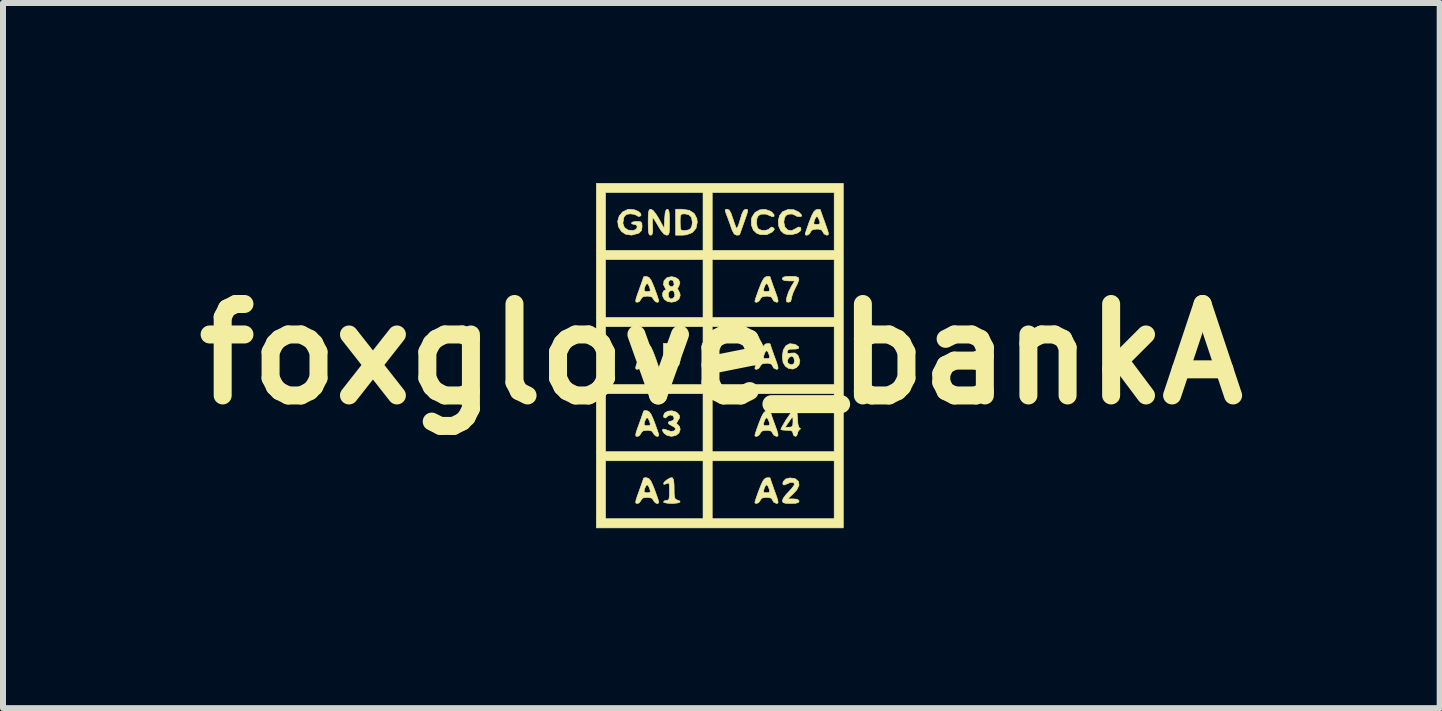
<source format=kicad_pcb>
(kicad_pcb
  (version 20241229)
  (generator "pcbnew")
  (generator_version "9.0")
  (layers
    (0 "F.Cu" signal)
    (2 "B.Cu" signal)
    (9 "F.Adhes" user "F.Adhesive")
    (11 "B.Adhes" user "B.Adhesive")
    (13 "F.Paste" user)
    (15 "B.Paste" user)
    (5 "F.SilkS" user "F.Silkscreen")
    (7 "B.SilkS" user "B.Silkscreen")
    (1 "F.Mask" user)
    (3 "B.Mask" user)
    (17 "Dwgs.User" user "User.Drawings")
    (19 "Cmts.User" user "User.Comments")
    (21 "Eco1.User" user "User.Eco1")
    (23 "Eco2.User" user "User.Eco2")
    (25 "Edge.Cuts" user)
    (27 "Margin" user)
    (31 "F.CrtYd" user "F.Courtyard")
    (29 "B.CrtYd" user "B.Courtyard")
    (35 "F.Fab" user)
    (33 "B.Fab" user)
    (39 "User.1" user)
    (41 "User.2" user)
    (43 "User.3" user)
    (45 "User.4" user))
  (footprint "foxglove_bankA"
    (layer "F.Cu")
    (at 8.97 2.85)
    (property "Reference" "foxglove_bankA" (at 0 0 0) (layer "F.SilkS") (effects (font (size 1.524 1.524) (thickness 0.3))))
    (attr through_hole)
    (fp_poly (pts (xy 1.239 -1.292) (xy 1.283 -1.276) (xy 1.292 -1.239) (xy 1.268 -1.173) (xy 1.232 -1.102) (xy 1.195 -1.023) (xy 1.172 -0.951) (xy 1.168 -0.923) (xy 1.154 -0.875) (xy 1.12 -0.864) (xy 1.089 -0.87) (xy 1.083 -0.9) (xy 1.092 -0.951) (xy 1.119 -1.032) (xy 1.161 -1.117) (xy 1.167 -1.129) (xy 1.223 -1.219) (xy 1.12 -1.219) (xy 1.048 -1.225) (xy 1.018 -1.245) (xy 1.016 -1.257) (xy 1.029 -1.28) (xy 1.073 -1.292) (xy 1.156 -1.295) (xy 1.239 -1.292)) (stroke (width 0.01) (type solid)) (fill yes) (layer "F.SilkS"))
    (fp_poly (pts (xy -0.533 -2.395) (xy -0.452 -2.342) (xy -0.408 -2.258) (xy -0.401 -2.197) (xy -0.422 -2.096) (xy -0.483 -2.025) (xy -0.58 -1.987) (xy -0.649 -1.981) (xy -0.762 -1.981) (xy -0.762 -2.197) (xy -0.686 -2.197) (xy -0.684 -2.117) (xy -0.676 -2.076) (xy -0.654 -2.06) (xy -0.615 -2.057) (xy -0.551 -2.068) (xy -0.513 -2.088) (xy -0.491 -2.134) (xy -0.483 -2.197) (xy -0.498 -2.28) (xy -0.546 -2.325) (xy -0.615 -2.337) (xy -0.655 -2.334) (xy -0.677 -2.317) (xy -0.685 -2.274) (xy -0.686 -2.197) (xy -0.762 -2.197) (xy -0.762 -2.413) (xy -0.649 -2.413) (xy -0.533 -2.395)) (stroke (width 0.01) (type solid)) (fill yes) (layer "F.SilkS"))
    (fp_poly (pts (xy 0.819 -2.38) (xy 0.842 -2.364) (xy 0.879 -2.321) (xy 0.877 -2.292) (xy 0.843 -2.291) (xy 0.812 -2.306) (xy 0.737 -2.333) (xy 0.662 -2.331) (xy 0.615 -2.306) (xy 0.591 -2.254) (xy 0.586 -2.181) (xy 0.599 -2.113) (xy 0.615 -2.088) (xy 0.666 -2.063) (xy 0.732 -2.06) (xy 0.788 -2.077) (xy 0.806 -2.094) (xy 0.836 -2.117) (xy 0.864 -2.107) (xy 0.884 -2.084) (xy 0.869 -2.056) (xy 0.842 -2.031) (xy 0.754 -1.989) (xy 0.652 -1.991) (xy 0.591 -2.012) (xy 0.533 -2.066) (xy 0.501 -2.149) (xy 0.501 -2.244) (xy 0.511 -2.283) (xy 0.561 -2.359) (xy 0.639 -2.403) (xy 0.73 -2.412) (xy 0.819 -2.38)) (stroke (width 0.01) (type solid)) (fill yes) (layer "F.SilkS"))
    (fp_poly (pts (xy 1.215 2.072) (xy 1.234 2.079) (xy 1.286 2.124) (xy 1.294 2.186) (xy 1.258 2.261) (xy 1.2 2.325) (xy 1.105 2.413) (xy 1.2 2.413) (xy 1.268 2.42) (xy 1.295 2.444) (xy 1.295 2.451) (xy 1.283 2.474) (xy 1.239 2.486) (xy 1.156 2.489) (xy 1.074 2.487) (xy 1.032 2.476) (xy 1.017 2.455) (xy 1.016 2.444) (xy 1.033 2.401) (xy 1.078 2.341) (xy 1.118 2.299) (xy 1.174 2.238) (xy 1.211 2.188) (xy 1.219 2.167) (xy 1.2 2.138) (xy 1.153 2.138) (xy 1.093 2.164) (xy 1.043 2.183) (xy 1.023 2.163) (xy 1.031 2.124) (xy 1.071 2.082) (xy 1.139 2.064) (xy 1.215 2.072)) (stroke (width 0.01) (type solid)) (fill yes) (layer "F.SilkS"))
    (fp_poly (pts (xy -0.796 2.097) (xy -0.788 2.175) (xy -0.787 2.238) (xy -0.786 2.333) (xy -0.779 2.389) (xy -0.764 2.418) (xy -0.737 2.431) (xy -0.737 2.431) (xy -0.69 2.45) (xy -0.69 2.468) (xy -0.731 2.482) (xy -0.808 2.489) (xy -0.826 2.489) (xy -0.902 2.485) (xy -0.953 2.474) (xy -0.965 2.464) (xy -0.944 2.443) (xy -0.914 2.438) (xy -0.886 2.433) (xy -0.871 2.409) (xy -0.865 2.354) (xy -0.864 2.285) (xy -0.865 2.201) (xy -0.871 2.158) (xy -0.885 2.147) (xy -0.913 2.158) (xy -0.914 2.159) (xy -0.955 2.172) (xy -0.964 2.157) (xy -0.942 2.124) (xy -0.909 2.097) (xy -0.852 2.063) (xy -0.816 2.061) (xy -0.796 2.097)) (stroke (width 0.01) (type solid)) (fill yes) (layer "F.SilkS"))
    (fp_poly (pts (xy 1.206 -2.406) (xy 1.289 -2.367) (xy 1.301 -2.356) (xy 1.338 -2.316) (xy 1.339 -2.299) (xy 1.311 -2.29) (xy 1.258 -2.296) (xy 1.237 -2.309) (xy 1.181 -2.334) (xy 1.114 -2.33) (xy 1.072 -2.306) (xy 1.05 -2.26) (xy 1.041 -2.197) (xy 1.059 -2.116) (xy 1.106 -2.067) (xy 1.169 -2.056) (xy 1.238 -2.09) (xy 1.243 -2.094) (xy 1.29 -2.118) (xy 1.322 -2.108) (xy 1.327 -2.073) (xy 1.314 -2.049) (xy 1.262 -2.013) (xy 1.182 -1.993) (xy 1.097 -1.993) (xy 1.047 -2.006) (xy 0.989 -2.056) (xy 0.955 -2.134) (xy 0.949 -2.223) (xy 0.97 -2.308) (xy 1.02 -2.372) (xy 1.023 -2.374) (xy 1.111 -2.409) (xy 1.206 -2.406)) (stroke (width 0.01) (type solid)) (fill yes) (layer "F.SilkS"))
    (fp_poly (pts (xy -0.766 -0.173) (xy -0.72 -0.162) (xy -0.711 -0.152) (xy -0.734 -0.136) (xy -0.788 -0.127) (xy -0.8 -0.127) (xy -0.86 -0.122) (xy -0.885 -0.101) (xy -0.889 -0.066) (xy -0.88 -0.022) (xy -0.847 -0.016) (xy -0.841 -0.017) (xy -0.766 -0.015) (xy -0.71 0.027) (xy -0.686 0.096) (xy -0.686 0.101) (xy -0.707 0.181) (xy -0.759 0.234) (xy -0.83 0.255) (xy -0.905 0.239) (xy -0.953 0.202) (xy -0.98 0.17) (xy -0.977 0.156) (xy -0.936 0.155) (xy -0.887 0.158) (xy -0.817 0.159) (xy -0.784 0.149) (xy -0.775 0.121) (xy -0.775 0.114) (xy -0.783 0.081) (xy -0.816 0.069) (xy -0.87 0.069) (xy -0.965 0.075) (xy -0.965 -0.178) (xy -0.838 -0.178) (xy -0.766 -0.173)) (stroke (width 0.01) (type solid)) (fill yes) (layer "F.SilkS"))
    (fp_poly (pts (xy 0.431 -2.41) (xy 0.439 -2.393) (xy 0.432 -2.354) (xy 0.409 -2.285) (xy 0.381 -2.205) (xy 0.347 -2.111) (xy 0.321 -2.037) (xy 0.306 -1.995) (xy 0.305 -1.989) (xy 0.283 -1.983) (xy 0.256 -1.981) (xy 0.213 -2.002) (xy 0.18 -2.067) (xy 0.176 -2.076) (xy 0.147 -2.16) (xy 0.112 -2.258) (xy 0.098 -2.292) (xy 0.072 -2.363) (xy 0.064 -2.399) (xy 0.076 -2.412) (xy 0.098 -2.413) (xy 0.13 -2.399) (xy 0.159 -2.351) (xy 0.19 -2.261) (xy 0.191 -2.259) (xy 0.218 -2.178) (xy 0.241 -2.118) (xy 0.255 -2.095) (xy 0.27 -2.112) (xy 0.292 -2.166) (xy 0.316 -2.247) (xy 0.317 -2.249) (xy 0.345 -2.341) (xy 0.371 -2.392) (xy 0.399 -2.412) (xy 0.409 -2.413) (xy 0.431 -2.41)) (stroke (width 0.01) (type solid)) (fill yes) (layer "F.SilkS"))
    (fp_poly (pts (xy 1.222 -0.163) (xy 1.246 -0.152) (xy 1.29 -0.118) (xy 1.286 -0.094) (xy 1.236 -0.083) (xy 1.201 -0.083) (xy 1.134 -0.081) (xy 1.103 -0.06) (xy 1.098 -0.045) (xy 1.1 -0.015) (xy 1.131 -0.01) (xy 1.164 -0.016) (xy 1.226 -0.018) (xy 1.268 0.013) (xy 1.281 0.032) (xy 1.308 0.108) (xy 1.295 0.175) (xy 1.252 0.225) (xy 1.191 0.25) (xy 1.121 0.24) (xy 1.067 0.203) (xy 1.028 0.139) (xy 1.025 0.11) (xy 1.099 0.11) (xy 1.113 0.155) (xy 1.161 0.178) (xy 1.168 0.178) (xy 1.208 0.163) (xy 1.219 0.116) (xy 1.206 0.055) (xy 1.172 0.033) (xy 1.125 0.058) (xy 1.124 0.059) (xy 1.099 0.11) (xy 1.025 0.11) (xy 1.016 0.042) (xy 1.016 0.038) (xy 1.032 -0.068) (xy 1.076 -0.14) (xy 1.141 -0.173) (xy 1.222 -0.163)) (stroke (width 0.01) (type solid)) (fill yes) (layer "F.SilkS"))
    (fp_poly (pts (xy 1.263 0.989) (xy 1.27 1.077) (xy 1.276 1.168) (xy 1.292 1.221) (xy 1.302 1.23) (xy 1.32 1.246) (xy 1.302 1.259) (xy 1.275 1.294) (xy 1.27 1.323) (xy 1.254 1.363) (xy 1.232 1.372) (xy 1.201 1.35) (xy 1.194 1.321) (xy 1.185 1.288) (xy 1.151 1.273) (xy 1.092 1.27) (xy 1.029 1.267) (xy 0.993 1.258) (xy 0.991 1.255) (xy 1.003 1.227) (xy 1.007 1.219) (xy 1.063 1.219) (xy 1.129 1.219) (xy 1.172 1.213) (xy 1.19 1.186) (xy 1.194 1.126) (xy 1.192 1.069) (xy 1.187 1.043) (xy 1.186 1.044) (xy 1.167 1.069) (xy 1.132 1.12) (xy 1.12 1.137) (xy 1.063 1.219) (xy 1.007 1.219) (xy 1.036 1.169) (xy 1.081 1.092) (xy 1.083 1.09) (xy 1.151 0.992) (xy 1.204 0.942) (xy 1.241 0.941) (xy 1.263 0.989)) (stroke (width 0.01) (type solid)) (fill yes) (layer "F.SilkS"))
    (fp_poly (pts (xy -0.882 -2.403) (xy -0.871 -2.367) (xy -0.865 -2.296) (xy -0.864 -2.197) (xy -0.865 -2.092) (xy -0.869 -2.028) (xy -0.879 -1.995) (xy -0.897 -1.983) (xy -0.914 -1.981) (xy -0.958 -2.002) (xy -1.011 -2.067) (xy -1.044 -2.121) (xy -1.087 -2.195) (xy -1.122 -2.25) (xy -1.139 -2.271) (xy -1.147 -2.254) (xy -1.149 -2.199) (xy -1.147 -2.131) (xy -1.144 -2.046) (xy -1.151 -2) (xy -1.168 -1.982) (xy -1.179 -1.981) (xy -1.199 -1.989) (xy -1.211 -2.018) (xy -1.217 -2.079) (xy -1.219 -2.18) (xy -1.219 -2.197) (xy -1.218 -2.303) (xy -1.213 -2.367) (xy -1.202 -2.401) (xy -1.184 -2.412) (xy -1.174 -2.413) (xy -1.134 -2.39) (xy -1.082 -2.322) (xy -1.041 -2.254) (xy -0.953 -2.095) (xy -0.945 -2.254) (xy -0.937 -2.347) (xy -0.923 -2.397) (xy -0.902 -2.413) (xy -0.9 -2.413) (xy -0.882 -2.403)) (stroke (width 0.01) (type solid)) (fill yes) (layer "F.SilkS"))
    (fp_poly (pts (xy -0.758 0.964) (xy -0.724 0.99) (xy -0.695 1.03) (xy -0.698 1.066) (xy -0.72 1.102) (xy -0.745 1.148) (xy -0.739 1.17) (xy -0.723 1.178) (xy -0.695 1.212) (xy -0.686 1.256) (xy -0.707 1.317) (xy -0.76 1.357) (xy -0.831 1.371) (xy -0.903 1.356) (xy -0.953 1.321) (xy -0.983 1.273) (xy -0.972 1.25) (xy -0.926 1.258) (xy -0.903 1.269) (xy -0.841 1.288) (xy -0.788 1.281) (xy -0.762 1.251) (xy -0.762 1.245) (xy -0.783 1.217) (xy -0.826 1.194) (xy -0.876 1.164) (xy -0.886 1.136) (xy -0.856 1.119) (xy -0.838 1.118) (xy -0.796 1.1) (xy -0.787 1.067) (xy -0.807 1.028) (xy -0.85 1.014) (xy -0.893 1.03) (xy -0.902 1.041) (xy -0.934 1.066) (xy -0.961 1.051) (xy -0.965 1.03) (xy -0.944 0.981) (xy -0.891 0.952) (xy -0.824 0.945) (xy -0.758 0.964)) (stroke (width 0.01) (type solid)) (fill yes) (layer "F.SilkS"))
    (fp_poly (pts (xy -1.446 -2.403) (xy -1.383 -2.377) (xy -1.344 -2.344) (xy -1.338 -2.311) (xy -1.344 -2.303) (xy -1.379 -2.291) (xy -1.402 -2.306) (xy -1.447 -2.328) (xy -1.515 -2.337) (xy -1.517 -2.337) (xy -1.582 -2.328) (xy -1.617 -2.293) (xy -1.626 -2.272) (xy -1.641 -2.179) (xy -1.615 -2.108) (xy -1.553 -2.065) (xy -1.464 -2.06) (xy -1.456 -2.062) (xy -1.414 -2.085) (xy -1.401 -2.122) (xy -1.418 -2.152) (xy -1.446 -2.159) (xy -1.488 -2.169) (xy -1.499 -2.184) (xy -1.476 -2.201) (xy -1.421 -2.21) (xy -1.41 -2.21) (xy -1.35 -2.206) (xy -1.326 -2.184) (xy -1.321 -2.129) (xy -1.321 -2.125) (xy -1.331 -2.058) (xy -1.369 -2.019) (xy -1.385 -2.011) (xy -1.496 -1.982) (xy -1.597 -1.998) (xy -1.665 -2.044) (xy -1.716 -2.125) (xy -1.727 -2.215) (xy -1.702 -2.3) (xy -1.646 -2.368) (xy -1.564 -2.408) (xy -1.518 -2.413) (xy -1.446 -2.403)) (stroke (width 0.01) (type solid)) (fill yes) (layer "F.SilkS"))
    (fp_poly (pts (xy -1.239 -1.291) (xy -1.206 -1.276) (xy -1.174 -1.237) (xy -1.14 -1.163) (xy -1.112 -1.092) (xy -1.079 -1.001) (xy -1.054 -0.928) (xy -1.042 -0.887) (xy -1.042 -0.883) (xy -1.057 -0.862) (xy -1.09 -0.869) (xy -1.121 -0.897) (xy -1.13 -0.914) (xy -1.157 -0.951) (xy -1.215 -0.965) (xy -1.236 -0.965) (xy -1.302 -0.957) (xy -1.334 -0.929) (xy -1.339 -0.914) (xy -1.369 -0.873) (xy -1.399 -0.864) (xy -1.421 -0.867) (xy -1.428 -0.884) (xy -1.421 -0.924) (xy -1.398 -0.995) (xy -1.375 -1.056) (xy -1.287 -1.056) (xy -1.258 -1.042) (xy -1.235 -1.041) (xy -1.193 -1.045) (xy -1.183 -1.067) (xy -1.198 -1.12) (xy -1.224 -1.17) (xy -1.249 -1.17) (xy -1.275 -1.12) (xy -1.282 -1.099) (xy -1.287 -1.056) (xy -1.375 -1.056) (xy -1.371 -1.069) (xy -1.337 -1.163) (xy -1.311 -1.237) (xy -1.297 -1.28) (xy -1.295 -1.286) (xy -1.274 -1.293) (xy -1.239 -1.291)) (stroke (width 0.01) (type solid)) (fill yes) (layer "F.SilkS"))
    (fp_poly (pts (xy -1.239 -0.173) (xy -1.206 -0.159) (xy -1.174 -0.119) (xy -1.14 -0.045) (xy -1.112 0.025) (xy -1.079 0.117) (xy -1.054 0.19) (xy -1.042 0.231) (xy -1.042 0.235) (xy -1.057 0.255) (xy -1.09 0.248) (xy -1.121 0.221) (xy -1.13 0.203) (xy -1.157 0.166) (xy -1.215 0.153) (xy -1.236 0.152) (xy -1.302 0.16) (xy -1.334 0.189) (xy -1.339 0.203) (xy -1.369 0.245) (xy -1.399 0.254) (xy -1.421 0.25) (xy -1.428 0.233) (xy -1.421 0.194) (xy -1.398 0.123) (xy -1.375 0.061) (xy -1.287 0.061) (xy -1.258 0.075) (xy -1.235 0.076) (xy -1.193 0.072) (xy -1.183 0.05) (xy -1.198 -0.002) (xy -1.224 -0.052) (xy -1.249 -0.052) (xy -1.275 -0.002) (xy -1.282 0.019) (xy -1.287 0.061) (xy -1.375 0.061) (xy -1.371 0.049) (xy -1.337 -0.045) (xy -1.311 -0.119) (xy -1.297 -0.163) (xy -1.295 -0.169) (xy -1.274 -0.175) (xy -1.239 -0.173)) (stroke (width 0.01) (type solid)) (fill yes) (layer "F.SilkS"))
    (fp_poly (pts (xy -1.239 0.944) (xy -1.206 0.959) (xy -1.174 0.999) (xy -1.14 1.072) (xy -1.112 1.143) (xy -1.079 1.235) (xy -1.054 1.307) (xy -1.042 1.349) (xy -1.042 1.353) (xy -1.057 1.373) (xy -1.09 1.366) (xy -1.121 1.339) (xy -1.13 1.321) (xy -1.157 1.284) (xy -1.215 1.27) (xy -1.236 1.27) (xy -1.302 1.278) (xy -1.334 1.306) (xy -1.339 1.321) (xy -1.369 1.362) (xy -1.399 1.372) (xy -1.421 1.368) (xy -1.428 1.351) (xy -1.421 1.311) (xy -1.398 1.24) (xy -1.375 1.179) (xy -1.287 1.179) (xy -1.258 1.193) (xy -1.235 1.194) (xy -1.193 1.19) (xy -1.183 1.168) (xy -1.198 1.116) (xy -1.224 1.065) (xy -1.249 1.065) (xy -1.275 1.116) (xy -1.282 1.137) (xy -1.287 1.179) (xy -1.375 1.179) (xy -1.371 1.167) (xy -1.337 1.073) (xy -1.311 0.998) (xy -1.297 0.955) (xy -1.295 0.949) (xy -1.274 0.942) (xy -1.239 0.944)) (stroke (width 0.01) (type solid)) (fill yes) (layer "F.SilkS"))
    (fp_poly (pts (xy -1.239 2.062) (xy -1.206 2.077) (xy -1.174 2.116) (xy -1.14 2.19) (xy -1.112 2.261) (xy -1.079 2.352) (xy -1.054 2.425) (xy -1.042 2.466) (xy -1.042 2.47) (xy -1.057 2.491) (xy -1.09 2.484) (xy -1.121 2.456) (xy -1.13 2.438) (xy -1.157 2.402) (xy -1.215 2.388) (xy -1.236 2.388) (xy -1.302 2.396) (xy -1.334 2.424) (xy -1.339 2.438) (xy -1.369 2.48) (xy -1.399 2.489) (xy -1.421 2.486) (xy -1.428 2.469) (xy -1.421 2.429) (xy -1.398 2.358) (xy -1.375 2.297) (xy -1.287 2.297) (xy -1.258 2.311) (xy -1.235 2.311) (xy -1.193 2.307) (xy -1.183 2.286) (xy -1.198 2.233) (xy -1.224 2.183) (xy -1.249 2.183) (xy -1.275 2.233) (xy -1.282 2.254) (xy -1.287 2.297) (xy -1.375 2.297) (xy -1.371 2.284) (xy -1.337 2.19) (xy -1.311 2.116) (xy -1.297 2.072) (xy -1.295 2.067) (xy -1.274 2.06) (xy -1.239 2.062)) (stroke (width 0.01) (type solid)) (fill yes) (layer "F.SilkS"))
    (fp_poly (pts (xy 0.813 -1.286) (xy 0.821 -1.258) (xy 0.843 -1.194) (xy 0.874 -1.106) (xy 0.888 -1.069) (xy 0.924 -0.97) (xy 0.942 -0.909) (xy 0.945 -0.877) (xy 0.933 -0.865) (xy 0.917 -0.864) (xy 0.873 -0.885) (xy 0.856 -0.914) (xy 0.833 -0.951) (xy 0.779 -0.964) (xy 0.753 -0.965) (xy 0.686 -0.957) (xy 0.652 -0.926) (xy 0.648 -0.914) (xy 0.623 -0.88) (xy 0.588 -0.862) (xy 0.562 -0.869) (xy 0.559 -0.883) (xy 0.567 -0.914) (xy 0.589 -0.98) (xy 0.62 -1.066) (xy 0.7 -1.066) (xy 0.711 -1.045) (xy 0.752 -1.041) (xy 0.798 -1.048) (xy 0.804 -1.078) (xy 0.799 -1.099) (xy 0.773 -1.162) (xy 0.748 -1.175) (xy 0.722 -1.137) (xy 0.716 -1.12) (xy 0.7 -1.066) (xy 0.62 -1.066) (xy 0.621 -1.068) (xy 0.63 -1.092) (xy 0.67 -1.193) (xy 0.703 -1.254) (xy 0.734 -1.284) (xy 0.756 -1.291) (xy 0.8 -1.292) (xy 0.813 -1.286)) (stroke (width 0.01) (type solid)) (fill yes) (layer "F.SilkS"))
    (fp_poly (pts (xy 0.813 -0.169) (xy 0.821 -0.141) (xy 0.843 -0.077) (xy 0.874 0.011) (xy 0.888 0.049) (xy 0.924 0.148) (xy 0.942 0.209) (xy 0.945 0.24) (xy 0.933 0.252) (xy 0.917 0.254) (xy 0.873 0.233) (xy 0.856 0.203) (xy 0.833 0.167) (xy 0.779 0.153) (xy 0.753 0.152) (xy 0.686 0.161) (xy 0.652 0.191) (xy 0.648 0.203) (xy 0.623 0.238) (xy 0.588 0.255) (xy 0.562 0.248) (xy 0.559 0.235) (xy 0.567 0.204) (xy 0.589 0.138) (xy 0.62 0.051) (xy 0.7 0.051) (xy 0.711 0.073) (xy 0.752 0.076) (xy 0.798 0.069) (xy 0.804 0.04) (xy 0.799 0.019) (xy 0.773 -0.044) (xy 0.748 -0.057) (xy 0.722 -0.02) (xy 0.716 -0.002) (xy 0.7 0.051) (xy 0.62 0.051) (xy 0.621 0.05) (xy 0.63 0.025) (xy 0.67 -0.075) (xy 0.703 -0.136) (xy 0.734 -0.166) (xy 0.756 -0.173) (xy 0.8 -0.175) (xy 0.813 -0.169)) (stroke (width 0.01) (type solid)) (fill yes) (layer "F.SilkS"))
    (fp_poly (pts (xy 0.813 0.949) (xy 0.821 0.977) (xy 0.843 1.041) (xy 0.874 1.129) (xy 0.888 1.167) (xy 0.924 1.266) (xy 0.942 1.326) (xy 0.945 1.358) (xy 0.933 1.37) (xy 0.917 1.372) (xy 0.873 1.35) (xy 0.856 1.321) (xy 0.833 1.284) (xy 0.779 1.271) (xy 0.753 1.27) (xy 0.686 1.279) (xy 0.652 1.309) (xy 0.648 1.321) (xy 0.623 1.355) (xy 0.588 1.373) (xy 0.562 1.366) (xy 0.559 1.353) (xy 0.567 1.321) (xy 0.589 1.255) (xy 0.62 1.169) (xy 0.7 1.169) (xy 0.711 1.19) (xy 0.752 1.194) (xy 0.798 1.187) (xy 0.804 1.157) (xy 0.799 1.137) (xy 0.773 1.073) (xy 0.748 1.061) (xy 0.722 1.098) (xy 0.716 1.116) (xy 0.7 1.169) (xy 0.62 1.169) (xy 0.621 1.167) (xy 0.63 1.143) (xy 0.67 1.042) (xy 0.703 0.982) (xy 0.734 0.952) (xy 0.756 0.944) (xy 0.8 0.943) (xy 0.813 0.949)) (stroke (width 0.01) (type solid)) (fill yes) (layer "F.SilkS"))
    (fp_poly (pts (xy 0.813 2.067) (xy 0.821 2.095) (xy 0.843 2.158) (xy 0.874 2.246) (xy 0.888 2.284) (xy 0.924 2.383) (xy 0.942 2.444) (xy 0.945 2.476) (xy 0.933 2.488) (xy 0.917 2.489) (xy 0.873 2.468) (xy 0.856 2.438) (xy 0.833 2.402) (xy 0.779 2.388) (xy 0.753 2.388) (xy 0.686 2.396) (xy 0.652 2.427) (xy 0.648 2.438) (xy 0.623 2.473) (xy 0.588 2.49) (xy 0.562 2.483) (xy 0.559 2.47) (xy 0.567 2.439) (xy 0.589 2.373) (xy 0.62 2.287) (xy 0.7 2.287) (xy 0.711 2.308) (xy 0.752 2.311) (xy 0.798 2.305) (xy 0.804 2.275) (xy 0.799 2.254) (xy 0.773 2.191) (xy 0.748 2.178) (xy 0.722 2.216) (xy 0.716 2.233) (xy 0.7 2.287) (xy 0.62 2.287) (xy 0.621 2.285) (xy 0.63 2.261) (xy 0.67 2.16) (xy 0.703 2.099) (xy 0.734 2.069) (xy 0.756 2.062) (xy 0.8 2.06) (xy 0.813 2.067)) (stroke (width 0.01) (type solid)) (fill yes) (layer "F.SilkS"))
    (fp_poly (pts (xy 1.651 -2.404) (xy 1.659 -2.376) (xy 1.681 -2.312) (xy 1.713 -2.224) (xy 1.727 -2.186) (xy 1.762 -2.087) (xy 1.781 -2.026) (xy 1.783 -1.995) (xy 1.771 -1.983) (xy 1.755 -1.981) (xy 1.711 -2.003) (xy 1.694 -2.032) (xy 1.671 -2.068) (xy 1.617 -2.082) (xy 1.592 -2.083) (xy 1.524 -2.074) (xy 1.49 -2.044) (xy 1.486 -2.032) (xy 1.461 -1.997) (xy 1.426 -1.98) (xy 1.401 -1.987) (xy 1.397 -2) (xy 1.406 -2.032) (xy 1.428 -2.098) (xy 1.458 -2.184) (xy 1.539 -2.184) (xy 1.549 -2.163) (xy 1.591 -2.159) (xy 1.636 -2.166) (xy 1.643 -2.195) (xy 1.637 -2.216) (xy 1.611 -2.279) (xy 1.586 -2.292) (xy 1.561 -2.255) (xy 1.554 -2.237) (xy 1.539 -2.184) (xy 1.458 -2.184) (xy 1.459 -2.186) (xy 1.468 -2.21) (xy 1.508 -2.311) (xy 1.541 -2.371) (xy 1.572 -2.401) (xy 1.595 -2.408) (xy 1.639 -2.41) (xy 1.651 -2.404)) (stroke (width 0.01) (type solid)) (fill yes) (layer "F.SilkS"))
    (fp_poly (pts (xy -0.761 -1.276) (xy -0.712 -1.24) (xy -0.69 -1.19) (xy -0.708 -1.134) (xy -0.713 -1.128) (xy -0.731 -1.088) (xy -0.715 -1.061) (xy -0.691 -1.013) (xy -0.686 -0.974) (xy -0.707 -0.916) (xy -0.761 -0.878) (xy -0.831 -0.864) (xy -0.903 -0.879) (xy -0.951 -0.913) (xy -0.977 -0.964) (xy -0.977 -1.006) (xy -0.885 -1.006) (xy -0.879 -0.951) (xy -0.849 -0.919) (xy -0.81 -0.923) (xy -0.781 -0.958) (xy -0.775 -0.991) (xy -0.791 -1.046) (xy -0.819 -1.062) (xy -0.863 -1.05) (xy -0.885 -1.006) (xy -0.977 -1.006) (xy -0.978 -1.019) (xy -0.956 -1.059) (xy -0.933 -1.067) (xy -0.919 -1.077) (xy -0.935 -1.097) (xy -0.965 -1.158) (xy -0.881 -1.158) (xy -0.88 -1.157) (xy -0.85 -1.123) (xy -0.812 -1.123) (xy -0.788 -1.155) (xy -0.787 -1.167) (xy -0.8 -1.216) (xy -0.815 -1.233) (xy -0.853 -1.235) (xy -0.88 -1.204) (xy -0.881 -1.158) (xy -0.965 -1.158) (xy -0.965 -1.158) (xy -0.955 -1.223) (xy -0.909 -1.271) (xy -0.904 -1.274) (xy -0.829 -1.29) (xy -0.761 -1.276)) (stroke (width 0.01) (type solid)) (fill yes) (layer "F.SilkS"))
    (fp_poly (pts (xy 2.032 2.896) (xy -2.083 2.896) (xy -2.083 1.778) (xy -1.93 1.778) (xy -1.93 2.743) (xy -0.305 2.743) (xy -0.305 1.778) (xy -0.152 1.778) (xy -0.152 2.743) (xy 1.88 2.743) (xy 1.88 1.778) (xy -0.152 1.778) (xy -0.305 1.778) (xy -1.93 1.778) (xy -2.083 1.778) (xy -2.083 0.66) (xy -1.93 0.66) (xy -1.93 1.626) (xy -0.305 1.626) (xy -0.305 0.66) (xy -0.152 0.66) (xy -0.152 1.626) (xy 1.88 1.626) (xy 1.88 0.66) (xy -0.152 0.66) (xy -0.305 0.66) (xy -1.93 0.66) (xy -2.083 0.66) (xy -2.083 -0.457) (xy -1.93 -0.457) (xy -1.93 0.508) (xy -0.305 0.508) (xy -0.305 -0.457) (xy -0.152 -0.457) (xy -0.152 0.508) (xy 1.88 0.508) (xy 1.88 -0.457) (xy -0.152 -0.457) (xy -0.305 -0.457) (xy -1.93 -0.457) (xy -2.083 -0.457) (xy -2.083 -1.575) (xy -1.93 -1.575) (xy -1.93 -0.61) (xy -0.305 -0.61) (xy -0.305 -1.575) (xy -0.152 -1.575) (xy -0.152 -0.61) (xy 1.88 -0.61) (xy 1.88 -1.575) (xy -0.152 -1.575) (xy -0.305 -1.575) (xy -1.93 -1.575) (xy -2.083 -1.575) (xy -2.083 -2.692) (xy -1.93 -2.692) (xy -1.93 -1.727) (xy -0.305 -1.727) (xy -0.305 -2.692) (xy -0.152 -2.692) (xy -0.152 -1.727) (xy 1.88 -1.727) (xy 1.88 -2.692) (xy -0.152 -2.692) (xy -0.305 -2.692) (xy -1.93 -2.692) (xy -2.083 -2.692) (xy -2.083 -2.845) (xy 2.032 -2.845) (xy 2.032 2.896)) (stroke (width 0.01) (type solid)) (fill yes) (layer "F.SilkS")))
  (gr_rect
    (start -3 -3)
    (end 20.94 8.75)
    (stroke (width 0.1) (type default))
    (fill no)
    (layer "Edge.Cuts")))
</source>
